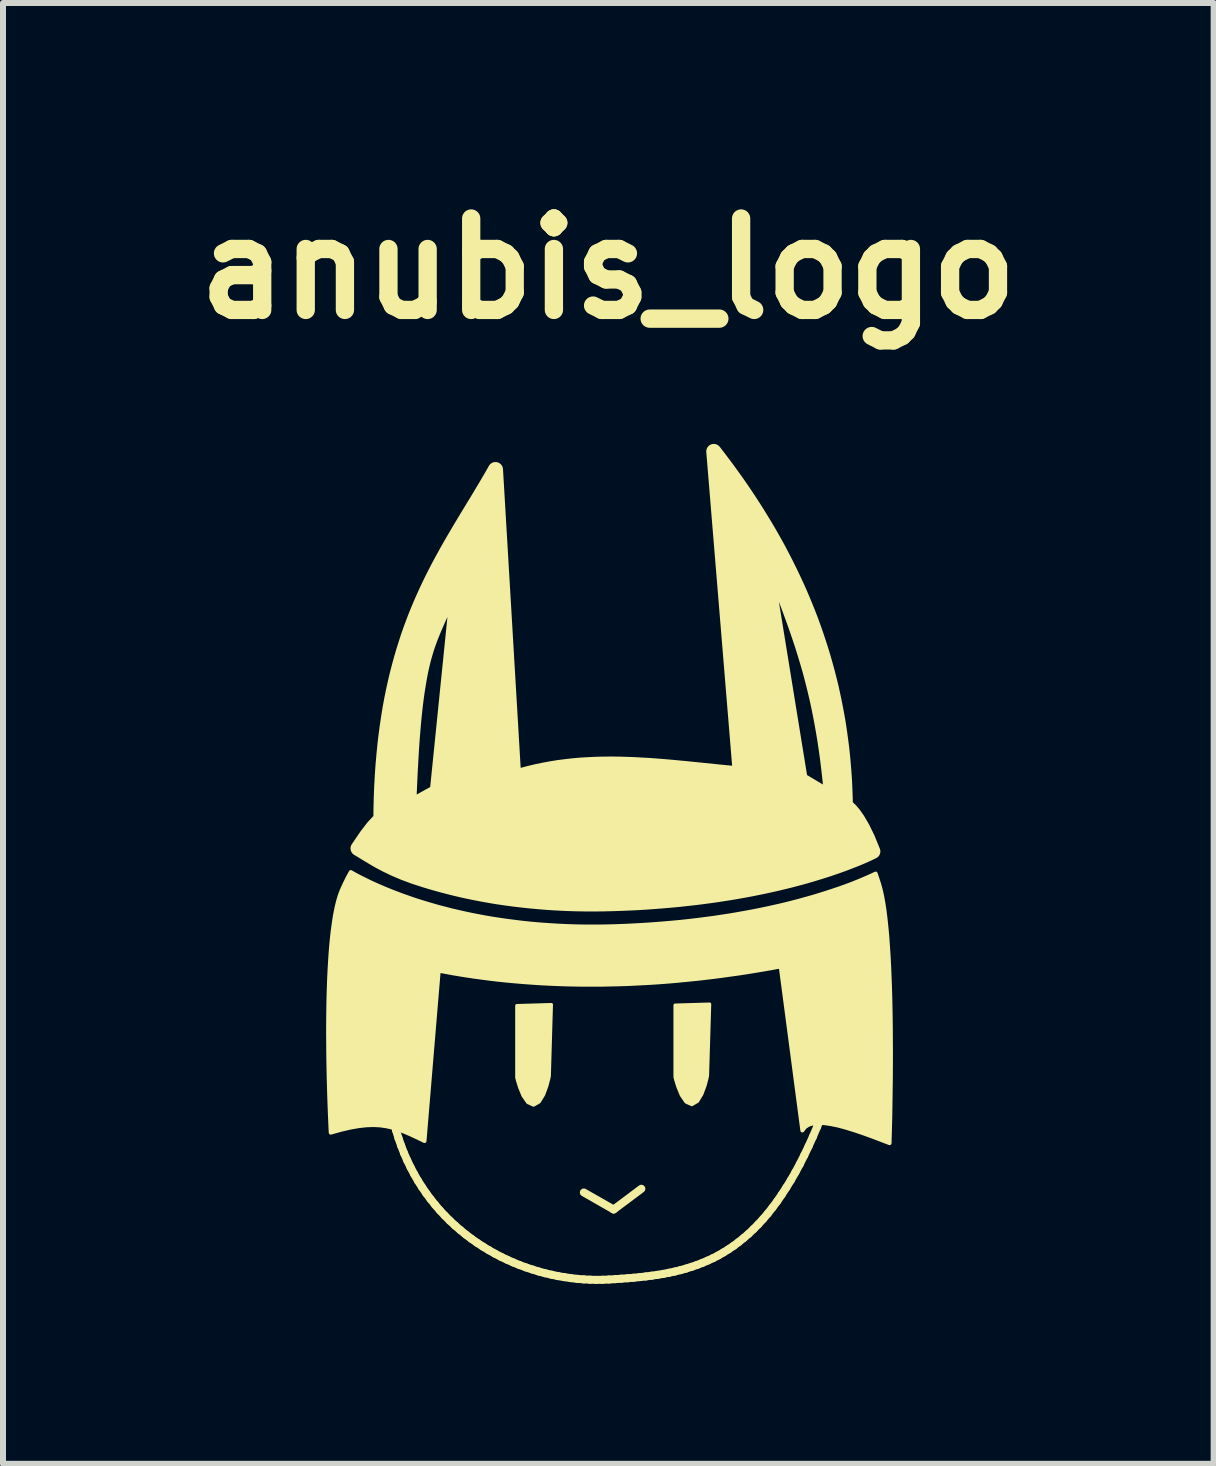
<source format=kicad_pcb>
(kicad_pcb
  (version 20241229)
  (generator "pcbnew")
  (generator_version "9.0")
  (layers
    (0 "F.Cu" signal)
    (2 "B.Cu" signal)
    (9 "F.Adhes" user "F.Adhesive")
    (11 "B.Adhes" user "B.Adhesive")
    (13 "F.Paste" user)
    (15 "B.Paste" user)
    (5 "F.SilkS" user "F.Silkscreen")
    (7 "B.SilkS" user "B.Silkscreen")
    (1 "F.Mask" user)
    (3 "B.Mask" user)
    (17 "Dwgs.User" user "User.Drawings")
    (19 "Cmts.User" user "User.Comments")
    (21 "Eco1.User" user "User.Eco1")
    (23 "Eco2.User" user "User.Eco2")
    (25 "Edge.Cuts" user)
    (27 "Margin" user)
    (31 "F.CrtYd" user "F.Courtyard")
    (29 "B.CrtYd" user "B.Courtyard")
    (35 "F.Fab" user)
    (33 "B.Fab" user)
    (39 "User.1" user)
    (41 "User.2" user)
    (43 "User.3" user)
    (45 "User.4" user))
  (footprint "anubis_logo"
    (layer "F.Cu")
    (at 7.09 11.42)
    (property "Reference" "anubis_logo" (at 0 -9.993 0) (layer "F.SilkS") (effects (font (size 1.524 1.524) (thickness 0.305))))
    (attr smd)
    (fp_line (start -3.632 3.954) (end -3.605 4.096) (stroke (width 0.133) (type solid)) (layer "F.SilkS"))
    (fp_line (start -3.605 4.096) (end -3.574 4.235) (stroke (width 0.133) (type solid)) (layer "F.SilkS"))
    (fp_line (start -3.574 4.235) (end -3.538 4.37) (stroke (width 0.133) (type solid)) (layer "F.SilkS"))
    (fp_line (start -3.538 4.37) (end -3.498 4.501) (stroke (width 0.133) (type solid)) (layer "F.SilkS"))
    (fp_line (start -3.498 4.501) (end -3.453 4.628) (stroke (width 0.133) (type solid)) (layer "F.SilkS"))
    (fp_line (start -3.453 4.628) (end -3.405 4.752) (stroke (width 0.133) (type solid)) (layer "F.SilkS"))
    (fp_line (start -3.405 4.752) (end -3.352 4.873) (stroke (width 0.133) (type solid)) (layer "F.SilkS"))
    (fp_line (start -3.352 4.873) (end -3.296 4.989) (stroke (width 0.133) (type solid)) (layer "F.SilkS"))
    (fp_line (start -3.296 4.989) (end -3.236 5.102) (stroke (width 0.133) (type solid)) (layer "F.SilkS"))
    (fp_line (start -3.236 5.102) (end -3.173 5.212) (stroke (width 0.133) (type solid)) (layer "F.SilkS"))
    (fp_line (start -3.173 5.212) (end -3.106 5.317) (stroke (width 0.133) (type solid)) (layer "F.SilkS"))
    (fp_line (start -3.106 5.317) (end -3.036 5.42) (stroke (width 0.133) (type solid)) (layer "F.SilkS"))
    (fp_line (start -3.036 5.42) (end -2.963 5.518) (stroke (width 0.133) (type solid)) (layer "F.SilkS"))
    (fp_line (start -2.963 5.518) (end -2.887 5.613) (stroke (width 0.133) (type solid)) (layer "F.SilkS"))
    (fp_line (start -2.887 5.613) (end -2.808 5.705) (stroke (width 0.133) (type solid)) (layer "F.SilkS"))
    (fp_line (start -2.808 5.705) (end -2.726 5.793) (stroke (width 0.133) (type solid)) (layer "F.SilkS"))
    (fp_line (start -2.726 5.793) (end -2.642 5.877) (stroke (width 0.133) (type solid)) (layer "F.SilkS"))
    (fp_line (start -2.642 5.877) (end -2.555 5.958) (stroke (width 0.133) (type solid)) (layer "F.SilkS"))
    (fp_line (start -2.555 5.958) (end -2.466 6.035) (stroke (width 0.133) (type solid)) (layer "F.SilkS"))
    (fp_line (start -2.466 6.035) (end -2.375 6.109) (stroke (width 0.133) (type solid)) (layer "F.SilkS"))
    (fp_line (start -2.375 6.109) (end -2.282 6.179) (stroke (width 0.133) (type solid)) (layer "F.SilkS"))
    (fp_line (start -2.282 6.179) (end -2.187 6.246) (stroke (width 0.133) (type solid)) (layer "F.SilkS"))
    (fp_line (start -2.187 6.246) (end -2.09 6.309) (stroke (width 0.133) (type solid)) (layer "F.SilkS"))
    (fp_line (start -2.09 6.309) (end -1.991 6.369) (stroke (width 0.133) (type solid)) (layer "F.SilkS"))
    (fp_line (start -1.991 6.369) (end -1.891 6.426) (stroke (width 0.133) (type solid)) (layer "F.SilkS"))
    (fp_line (start -1.891 6.426) (end -1.79 6.479) (stroke (width 0.133) (type solid)) (layer "F.SilkS"))
    (fp_line (start -1.79 6.479) (end -1.687 6.528) (stroke (width 0.133) (type solid)) (layer "F.SilkS"))
    (fp_line (start -1.687 6.528) (end -1.584 6.574) (stroke (width 0.133) (type solid)) (layer "F.SilkS"))
    (fp_line (start -1.584 6.574) (end -1.479 6.617) (stroke (width 0.133) (type solid)) (layer "F.SilkS"))
    (fp_line (start -1.479 6.617) (end -1.373 6.656) (stroke (width 0.133) (type solid)) (layer "F.SilkS"))
    (fp_line (start -1.373 6.656) (end -1.267 6.691) (stroke (width 0.133) (type solid)) (layer "F.SilkS"))
    (fp_line (start -1.267 6.691) (end -1.161 6.724) (stroke (width 0.133) (type solid)) (layer "F.SilkS"))
    (fp_line (start -1.161 6.724) (end -1.054 6.753) (stroke (width 0.133) (type solid)) (layer "F.SilkS"))
    (fp_line (start -1.054 6.753) (end -0.946 6.778) (stroke (width 0.133) (type solid)) (layer "F.SilkS"))
    (fp_line (start -0.946 6.778) (end -0.839 6.801) (stroke (width 0.133) (type solid)) (layer "F.SilkS"))
    (fp_line (start -0.839 6.801) (end -0.731 6.819) (stroke (width 0.133) (type solid)) (layer "F.SilkS"))
    (fp_line (start -0.731 6.819) (end -0.624 6.835) (stroke (width 0.133) (type solid)) (layer "F.SilkS"))
    (fp_line (start -0.624 6.835) (end -0.517 6.847) (stroke (width 0.133) (type solid)) (layer "F.SilkS"))
    (fp_line (start -0.517 6.847) (end -0.41 6.856) (stroke (width 0.133) (type solid)) (layer "F.SilkS"))
    (fp_line (start -0.41 6.856) (end -0.304 6.861) (stroke (width 0.133) (type solid)) (layer "F.SilkS"))
    (fp_line (start -0.408 5.407) (end 0.089 5.691) (stroke (width 0.133) (type solid)) (layer "F.SilkS"))
    (fp_line (start -0.304 6.861) (end -0.199 6.864) (stroke (width 0.133) (type solid)) (layer "F.SilkS"))
    (fp_line (start -0.199 6.864) (end -0.094 6.862) (stroke (width 0.133) (type solid)) (layer "F.SilkS"))
    (fp_line (start -0.094 6.862) (end 0.01 6.858) (stroke (width 0.133) (type solid)) (layer "F.SilkS"))
    (fp_line (start 0.01 6.858) (end 0.115 6.852) (stroke (width 0.133) (type solid)) (layer "F.SilkS"))
    (fp_line (start 0.089 5.691) (end 0.551 5.345) (stroke (width 0.133) (type solid)) (layer "F.SilkS"))
    (fp_line (start 0.115 6.852) (end 0.219 6.844) (stroke (width 0.133) (type solid)) (layer "F.SilkS"))
    (fp_line (start 0.219 6.844) (end 0.322 6.837) (stroke (width 0.133) (type solid)) (layer "F.SilkS"))
    (fp_line (start 0.322 6.837) (end 0.424 6.828) (stroke (width 0.133) (type solid)) (layer "F.SilkS"))
    (fp_line (start 0.424 6.828) (end 0.524 6.818) (stroke (width 0.133) (type solid)) (layer "F.SilkS"))
    (fp_line (start 0.524 6.818) (end 0.624 6.807) (stroke (width 0.133) (type solid)) (layer "F.SilkS"))
    (fp_line (start 0.624 6.807) (end 0.723 6.794) (stroke (width 0.133) (type solid)) (layer "F.SilkS"))
    (fp_line (start 0.723 6.794) (end 0.821 6.78) (stroke (width 0.133) (type solid)) (layer "F.SilkS"))
    (fp_line (start 0.821 6.78) (end 0.917 6.764) (stroke (width 0.133) (type solid)) (layer "F.SilkS"))
    (fp_line (start 0.917 6.764) (end 1.013 6.745) (stroke (width 0.133) (type solid)) (layer "F.SilkS"))
    (fp_line (start 1.013 6.745) (end 1.108 6.725) (stroke (width 0.133) (type solid)) (layer "F.SilkS"))
    (fp_line (start 1.108 6.725) (end 1.202 6.702) (stroke (width 0.133) (type solid)) (layer "F.SilkS"))
    (fp_line (start 1.202 6.702) (end 1.294 6.676) (stroke (width 0.133) (type solid)) (layer "F.SilkS"))
    (fp_line (start 1.294 6.676) (end 1.386 6.647) (stroke (width 0.133) (type solid)) (layer "F.SilkS"))
    (fp_line (start 1.386 6.647) (end 1.477 6.616) (stroke (width 0.133) (type solid)) (layer "F.SilkS"))
    (fp_line (start 1.477 6.616) (end 1.567 6.581) (stroke (width 0.133) (type solid)) (layer "F.SilkS"))
    (fp_line (start 1.567 6.581) (end 1.656 6.543) (stroke (width 0.133) (type solid)) (layer "F.SilkS"))
    (fp_line (start 1.656 6.543) (end 1.745 6.502) (stroke (width 0.133) (type solid)) (layer "F.SilkS"))
    (fp_line (start 1.745 6.502) (end 1.832 6.457) (stroke (width 0.133) (type solid)) (layer "F.SilkS"))
    (fp_line (start 1.832 6.457) (end 1.918 6.407) (stroke (width 0.133) (type solid)) (layer "F.SilkS"))
    (fp_line (start 1.918 6.407) (end 2.004 6.354) (stroke (width 0.133) (type solid)) (layer "F.SilkS"))
    (fp_line (start 2.004 6.354) (end 2.089 6.296) (stroke (width 0.133) (type solid)) (layer "F.SilkS"))
    (fp_line (start 2.089 6.296) (end 2.172 6.234) (stroke (width 0.133) (type solid)) (layer "F.SilkS"))
    (fp_line (start 2.172 6.234) (end 2.255 6.167) (stroke (width 0.133) (type solid)) (layer "F.SilkS"))
    (fp_line (start 2.255 6.167) (end 2.338 6.096) (stroke (width 0.133) (type solid)) (layer "F.SilkS"))
    (fp_line (start 2.338 6.096) (end 2.419 6.019) (stroke (width 0.133) (type solid)) (layer "F.SilkS"))
    (fp_line (start 2.419 6.019) (end 2.5 5.937) (stroke (width 0.133) (type solid)) (layer "F.SilkS"))
    (fp_line (start 2.5 5.937) (end 2.58 5.85) (stroke (width 0.133) (type solid)) (layer "F.SilkS"))
    (fp_line (start 2.58 5.85) (end 2.659 5.757) (stroke (width 0.133) (type solid)) (layer "F.SilkS"))
    (fp_line (start 2.659 5.757) (end 2.737 5.658) (stroke (width 0.133) (type solid)) (layer "F.SilkS"))
    (fp_line (start 2.737 5.658) (end 2.815 5.553) (stroke (width 0.133) (type solid)) (layer "F.SilkS"))
    (fp_line (start 2.815 5.553) (end 2.891 5.442) (stroke (width 0.133) (type solid)) (layer "F.SilkS"))
    (fp_line (start 2.891 5.442) (end 2.967 5.325) (stroke (width 0.133) (type solid)) (layer "F.SilkS"))
    (fp_line (start 2.967 5.325) (end 3.043 5.202) (stroke (width 0.133) (type solid)) (layer "F.SilkS"))
    (fp_line (start 3.043 5.202) (end 3.118 5.071) (stroke (width 0.133) (type solid)) (layer "F.SilkS"))
    (fp_line (start 3.118 5.071) (end 3.192 4.934) (stroke (width 0.133) (type solid)) (layer "F.SilkS"))
    (fp_line (start 3.192 4.934) (end 3.265 4.789) (stroke (width 0.133) (type solid)) (layer "F.SilkS"))
    (fp_line (start 3.265 4.789) (end 3.338 4.637) (stroke (width 0.133) (type solid)) (layer "F.SilkS"))
    (fp_line (start 3.338 4.637) (end 3.41 4.478) (stroke (width 0.133) (type solid)) (layer "F.SilkS"))
    (fp_line (start 3.41 4.478) (end 3.481 4.311) (stroke (width 0.133) (type solid)) (layer "F.SilkS"))
    (fp_line (start 3.481 4.311) (end 3.552 4.137) (stroke (width 0.133) (type solid)) (layer "F.SilkS"))
    (fp_line (start 3.552 4.137) (end 3.622 3.954) (stroke (width 0.133) (type solid)) (layer "F.SilkS"))
    (fp_line (start 3.578 3.668) (end 3.566 3.677) (stroke (width 0.133) (type solid)) (layer "F.SilkS"))
    (fp_line (start 3.608 3.647) (end 3.578 3.668) (stroke (width 0.133) (type solid)) (layer "F.SilkS"))
    (fp_line (start 3.622 3.954) (end 3.699 3.796) (stroke (width 0.133) (type solid)) (layer "F.SilkS"))
    (fp_line (start 3.647 3.623) (end 3.608 3.647) (stroke (width 0.133) (type solid)) (layer "F.SilkS"))
    (fp_line (start 3.688 3.607) (end 3.647 3.623) (stroke (width 0.133) (type solid)) (layer "F.SilkS"))
    (fp_line (start 3.699 3.796) (end 3.736 3.691) (stroke (width 0.133) (type solid)) (layer "F.SilkS"))
    (fp_line (start 3.723 3.606) (end 3.688 3.607) (stroke (width 0.133) (type solid)) (layer "F.SilkS"))
    (fp_line (start 3.736 3.691) (end 3.741 3.631) (stroke (width 0.133) (type solid)) (layer "F.SilkS"))
    (fp_line (start 3.741 3.631) (end 3.723 3.606) (stroke (width 0.133) (type solid)) (layer "F.SilkS"))
    (fp_poly (pts (xy -2.023 2.282) (xy -0.501 2.282) (xy -2.023 2.282)) (stroke (width 0.1) (type solid)) (fill yes) (layer "F.SilkS"))
    (fp_poly (pts (xy 0.615 2.274) (xy 2.136 2.273) (xy 0.615 2.274)) (stroke (width 0.1) (type solid)) (fill yes) (layer "F.SilkS"))
    (fp_poly (pts (xy -1.526 2.292) (xy -1.526 3.49) (xy -1.514 3.539) (xy -1.478 3.656) (xy -1.421 3.794) (xy -1.343 3.907) (xy -1.246 3.951) (xy -1.152 3.897) (xy -1.078 3.776) (xy -1.026 3.635) (xy -0.995 3.517) (xy -0.984 3.468) (xy -0.949 2.275) (xy -1.526 2.292)) (stroke (width 0.053) (type solid)) (fill yes) (layer "F.SilkS"))
    (fp_poly (pts (xy 1.112 2.284) (xy 1.112 3.482) (xy 1.124 3.531) (xy 1.16 3.647) (xy 1.217 3.785) (xy 1.295 3.899) (xy 1.391 3.943) (xy 1.486 3.888) (xy 1.559 3.768) (xy 1.612 3.626) (xy 1.643 3.509) (xy 1.653 3.459) (xy 1.689 2.267) (xy 1.112 2.284)) (stroke (width 0.053) (type solid)) (fill yes) (layer "F.SilkS"))
    (fp_poly (pts (xy -4.293 0.066) (xy -4.344 0.159) (xy -4.394 0.261) (xy -4.445 0.373) (xy -4.477 0.458) (xy -4.506 0.556) (xy -4.532 0.665) (xy -4.556 0.786) (xy -4.576 0.916) (xy -4.595 1.055) (xy -4.611 1.202) (xy -4.625 1.355) (xy -4.636 1.515) (xy -4.646 1.679) (xy -4.654 1.846) (xy -4.66 2.017) (xy -4.665 2.189) (xy -4.668 2.361) (xy -4.67 2.533) (xy -4.671 2.704) (xy -4.67 2.872) (xy -4.669 3.037) (xy -4.667 3.198) (xy -4.664 3.353) (xy -4.661 3.501) (xy -4.657 3.642) (xy -4.653 3.774) (xy -4.649 3.897) (xy -4.645 4.009) (xy -4.641 4.109) (xy -4.637 4.197) (xy -4.634 4.271) (xy -4.631 4.33) (xy -4.629 4.374) (xy -4.628 4.401) (xy -4.627 4.41) (xy -4.456 4.362) (xy -4.301 4.326) (xy -4.16 4.301) (xy -4.032 4.287) (xy -3.913 4.283) (xy -3.802 4.289) (xy -3.697 4.304) (xy -3.595 4.327) (xy -3.495 4.358) (xy -3.394 4.397) (xy -3.29 4.442) (xy -3.18 4.493) (xy -3.064 4.55) (xy -2.827 1.71) (xy -2.709 1.732) (xy -2.59 1.754) (xy -2.471 1.774) (xy -2.351 1.793) (xy -2.23 1.811) (xy -2.109 1.827) (xy -1.987 1.843) (xy -1.864 1.858) (xy -1.741 1.871) (xy -1.617 1.883) (xy -1.492 1.894) (xy -1.367 1.904) (xy -1.241 1.913) (xy -1.115 1.921) (xy -0.988 1.928) (xy -0.86 1.933) (xy -0.732 1.938) (xy -0.604 1.941) (xy -0.475 1.943) (xy -0.345 1.944) (xy -0.215 1.944) (xy -0.085 1.943) (xy 0.046 1.94) (xy 0.177 1.937) (xy 0.309 1.933) (xy 0.441 1.927) (xy 0.574 1.92) (xy 0.707 1.913) (xy 0.84 1.904) (xy 0.974 1.894) (xy 1.108 1.883) (xy 1.242 1.87) (xy 1.377 1.857) (xy 1.511 1.843) (xy 1.647 1.827) (xy 1.782 1.811) (xy 1.918 1.793) (xy 2.053 1.774) (xy 2.19 1.755) (xy 2.326 1.734) (xy 2.462 1.712) (xy 2.599 1.689) (xy 2.736 1.665) (xy 2.873 1.639) (xy 3.234 4.374) (xy 3.277 4.318) (xy 3.336 4.279) (xy 3.41 4.256) (xy 3.498 4.247) (xy 3.598 4.251) (xy 3.709 4.267) (xy 3.83 4.292) (xy 3.96 4.327) (xy 4.096 4.369) (xy 4.239 4.417) (xy 4.386 4.47) (xy 4.536 4.527) (xy 4.688 4.585) (xy 4.688 4.576) (xy 4.689 4.549) (xy 4.69 4.506) (xy 4.692 4.446) (xy 4.694 4.372) (xy 4.696 4.285) (xy 4.699 4.184) (xy 4.701 4.072) (xy 4.703 3.949) (xy 4.705 3.816) (xy 4.707 3.674) (xy 4.709 3.524) (xy 4.71 3.367) (xy 4.711 3.204) (xy 4.711 3.036) (xy 4.71 2.865) (xy 4.709 2.69) (xy 4.707 2.513) (xy 4.704 2.335) (xy 4.7 2.157) (xy 4.695 1.979) (xy 4.688 1.804) (xy 4.681 1.631) (xy 4.672 1.462) (xy 4.661 1.298) (xy 4.65 1.14) (xy 4.636 0.988) (xy 4.621 0.844) (xy 4.604 0.708) (xy 4.585 0.582) (xy 4.564 0.467) (xy 4.541 0.364) (xy 4.516 0.272) (xy 4.486 0.179) (xy 4.456 0.091) (xy 4.373 0.13) (xy 4.261 0.179) (xy 4.176 0.215) (xy 4.079 0.254) (xy 3.971 0.295) (xy 3.851 0.338) (xy 3.72 0.382) (xy 3.578 0.428) (xy 3.425 0.475) (xy 3.338 0.5) (xy 3.247 0.525) (xy 3.153 0.551) (xy 3.056 0.576) (xy 2.956 0.601) (xy 2.852 0.626) (xy 2.745 0.65) (xy 2.635 0.674) (xy 2.522 0.698) (xy 2.405 0.721) (xy 2.285 0.743) (xy 2.162 0.765) (xy 2.035 0.787) (xy 1.905 0.807) (xy 1.772 0.827) (xy 1.636 0.845) (xy 1.496 0.863) (xy 1.354 0.88) (xy 1.207 0.896) (xy 1.058 0.91) (xy 0.905 0.923) (xy 0.75 0.935) (xy 0.59 0.946) (xy 0.428 0.955) (xy 0.262 0.963) (xy 0.093 0.969) (xy -0.07 0.973) (xy -0.23 0.974) (xy -0.387 0.974) (xy -0.542 0.971) (xy -0.693 0.966) (xy -0.842 0.959) (xy -0.988 0.95) (xy -1.13 0.94) (xy -1.27 0.928) (xy -1.407 0.914) (xy -1.541 0.898) (xy -1.672 0.881) (xy -1.8 0.863) (xy -1.925 0.844) (xy -2.048 0.823) (xy -2.167 0.801) (xy -2.283 0.778) (xy -2.396 0.754) (xy -2.506 0.729) (xy -2.614 0.704) (xy -2.718 0.677) (xy -2.819 0.651) (xy -2.917 0.623) (xy -3.013 0.595) (xy -3.105 0.567) (xy -3.194 0.539) (xy -3.28 0.51) (xy -3.439 0.454) (xy -3.587 0.398) (xy -3.723 0.343) (xy -3.848 0.289) (xy -3.961 0.238) (xy -4.061 0.189) (xy -4.151 0.144) (xy -4.228 0.103) (xy -4.293 0.066)) (stroke (width 0.066) (type solid)) (fill yes) (layer "F.SilkS"))
    (fp_poly (pts (xy 1.758 -6.945) (xy 2.521 -5.64) (xy 2.565 -5.519) (xy 2.609 -5.401) (xy 2.653 -5.285) (xy 2.696 -5.17) (xy 2.739 -5.058) (xy 2.782 -4.947) (xy 2.824 -4.838) (xy 2.866 -4.729) (xy 2.908 -4.622) (xy 2.949 -4.515) (xy 2.989 -4.408) (xy 3.029 -4.301) (xy 3.068 -4.195) (xy 3.107 -4.088) (xy 3.145 -3.98) (xy 3.182 -3.871) (xy 3.219 -3.762) (xy 3.254 -3.651) (xy 3.289 -3.538) (xy 3.323 -3.424) (xy 3.357 -3.308) (xy 3.389 -3.189) (xy 3.42 -3.068) (xy 3.45 -2.945) (xy 3.48 -2.818) (xy 3.508 -2.688) (xy 3.535 -2.554) (xy 3.561 -2.417) (xy 3.586 -2.276) (xy 3.61 -2.131) (xy 3.632 -1.982) (xy 3.654 -1.827) (xy 3.673 -1.668) (xy 3.692 -1.504) (xy 3.709 -1.335) (xy 3.725 -1.159) (xy 3.198 -1.473) (xy 2.521 -5.64) (xy 1.758 -6.945) (xy 2.201 -1.568) (xy -2.851 -1.273) (xy -3.328 -1.009) (xy -3.32 -1.224) (xy -3.311 -1.427) (xy -3.302 -1.618) (xy -3.292 -1.799) (xy -3.282 -1.97) (xy -3.271 -2.131) (xy -3.259 -2.282) (xy -3.247 -2.424) (xy -3.234 -2.558) (xy -3.22 -2.684) (xy -3.206 -2.802) (xy -3.191 -2.912) (xy -3.175 -3.016) (xy -3.159 -3.113) (xy -3.143 -3.205) (xy -3.126 -3.291) (xy -3.108 -3.372) (xy -3.09 -3.448) (xy -3.071 -3.52) (xy -3.051 -3.588) (xy -3.032 -3.653) (xy -3.011 -3.715) (xy -2.99 -3.775) (xy -2.969 -3.832) (xy -2.947 -3.888) (xy -2.925 -3.943) (xy -2.902 -3.997) (xy -2.879 -4.051) (xy -2.855 -4.106) (xy -2.831 -4.16) (xy -2.806 -4.216) (xy -2.781 -4.273) (xy -2.755 -4.333) (xy -2.729 -4.394) (xy -2.703 -4.459) (xy -2.676 -4.527) (xy -2.649 -4.598) (xy -2.622 -4.674) (xy -2.594 -4.754) (xy -2.566 -4.839) (xy -2.537 -4.929) (xy -2.508 -5.026) (xy -2.479 -5.129) (xy -2.449 -5.238) (xy -2.851 -1.273) (xy 2.201 -1.568) (xy 2.071 -1.58) (xy 1.942 -1.592) (xy 1.813 -1.605) (xy 1.685 -1.618) (xy 1.557 -1.631) (xy 1.429 -1.644) (xy 1.302 -1.657) (xy 1.175 -1.669) (xy 1.048 -1.681) (xy 0.922 -1.692) (xy 0.796 -1.702) (xy 0.67 -1.711) (xy 0.545 -1.718) (xy 0.42 -1.725) (xy 0.295 -1.729) (xy 0.17 -1.733) (xy 0.045 -1.734) (xy -0.08 -1.733) (xy -0.204 -1.73) (xy -0.329 -1.724) (xy -0.453 -1.717) (xy -0.578 -1.706) (xy -0.702 -1.692) (xy -0.827 -1.676) (xy -0.952 -1.656) (xy -1.076 -1.633) (xy -1.201 -1.607) (xy -1.326 -1.577) (xy -1.452 -1.543) (xy -1.577 -1.505) (xy -1.881 -6.643) (xy -1.932 -6.553) (xy -1.984 -6.464) (xy -2.036 -6.375) (xy -2.089 -6.287) (xy -2.142 -6.198) (xy -2.195 -6.11) (xy -2.249 -6.022) (xy -2.302 -5.934) (xy -2.356 -5.846) (xy -2.409 -5.757) (xy -2.463 -5.668) (xy -2.516 -5.578) (xy -2.569 -5.488) (xy -2.622 -5.397) (xy -2.674 -5.305) (xy -2.726 -5.211) (xy -2.778 -5.117) (xy -2.829 -5.022) (xy -2.879 -4.925) (xy -2.929 -4.827) (xy -2.978 -4.727) (xy -3.026 -4.625) (xy -3.073 -4.522) (xy -3.12 -4.416) (xy -3.165 -4.309) (xy -3.21 -4.199) (xy -3.253 -4.087) (xy -3.295 -3.973) (xy -3.336 -3.856) (xy -3.375 -3.736) (xy -3.413 -3.614) (xy -3.45 -3.488) (xy -3.485 -3.36) (xy -3.519 -3.229) (xy -3.551 -3.094) (xy -3.581 -2.956) (xy -3.61 -2.815) (xy -3.637 -2.67) (xy -3.661 -2.521) (xy -3.684 -2.369) (xy -3.705 -2.212) (xy -3.724 -2.051) (xy -3.74 -1.887) (xy -3.755 -1.718) (xy -3.767 -1.544) (xy -3.777 -1.366) (xy -3.784 -1.184) (xy -3.789 -0.997) (xy -3.791 -0.804) (xy -3.804 -0.797) (xy -3.844 -0.762) (xy -3.916 -0.684) (xy -4.024 -0.545) (xy -4.172 -0.328) (xy -4.103 -0.287) (xy -4.022 -0.237) (xy -3.929 -0.181) (xy -3.823 -0.119) (xy -3.701 -0.055) (xy -3.564 0.011) (xy -3.409 0.077) (xy -3.236 0.141) (xy -3.148 0.17) (xy -3.057 0.199) (xy -2.963 0.228) (xy -2.865 0.256) (xy -2.764 0.284) (xy -2.66 0.311) (xy -2.553 0.338) (xy -2.443 0.364) (xy -2.329 0.389) (xy -2.212 0.413) (xy -2.092 0.436) (xy -1.969 0.458) (xy -1.842 0.479) (xy -1.712 0.498) (xy -1.58 0.516) (xy -1.444 0.532) (xy -1.304 0.547) (xy -1.162 0.56) (xy -1.017 0.572) (xy -0.868 0.581) (xy -0.716 0.589) (xy -0.561 0.594) (xy -0.403 0.597) (xy -0.242 0.598) (xy -0.078 0.596) (xy 0.089 0.592) (xy 0.257 0.586) (xy 0.421 0.579) (xy 0.582 0.57) (xy 0.74 0.559) (xy 0.894 0.547) (xy 1.046 0.534) (xy 1.194 0.52) (xy 1.338 0.504) (xy 1.48 0.488) (xy 1.618 0.47) (xy 1.753 0.452) (xy 1.885 0.432) (xy 2.013 0.412) (xy 2.138 0.391) (xy 2.26 0.369) (xy 2.379 0.347) (xy 2.494 0.324) (xy 2.606 0.301) (xy 2.715 0.277) (xy 2.821 0.253) (xy 2.923 0.228) (xy 3.022 0.204) (xy 3.118 0.179) (xy 3.211 0.154) (xy 3.3 0.129) (xy 3.386 0.104) (xy 3.537 0.058) (xy 3.677 0.013) (xy 3.806 -0.031) (xy 3.923 -0.073) (xy 4.029 -0.114) (xy 4.124 -0.151) (xy 4.208 -0.186) (xy 4.325 -0.238) (xy 4.409 -0.278) (xy 4.319 -0.498) (xy 4.234 -0.671) (xy 4.156 -0.804) (xy 4.088 -0.901) (xy 4.031 -0.967) (xy 3.988 -1.008) (xy 3.961 -1.029) (xy 3.951 -1.034) (xy 3.948 -1.174) (xy 3.943 -1.312) (xy 3.937 -1.45) (xy 3.928 -1.586) (xy 3.917 -1.722) (xy 3.905 -1.856) (xy 3.891 -1.99) (xy 3.874 -2.122) (xy 3.856 -2.254) (xy 3.837 -2.385) (xy 3.815 -2.514) (xy 3.791 -2.643) (xy 3.766 -2.771) (xy 3.739 -2.898) (xy 3.711 -3.024) (xy 3.68 -3.149) (xy 3.648 -3.274) (xy 3.614 -3.397) (xy 3.579 -3.52) (xy 3.542 -3.641) (xy 3.503 -3.762) (xy 3.463 -3.882) (xy 3.421 -4.002) (xy 3.378 -4.12) (xy 3.333 -4.238) (xy 3.286 -4.355) (xy 3.238 -4.471) (xy 3.189 -4.586) (xy 3.138 -4.7) (xy 3.085 -4.814) (xy 3.031 -4.927) (xy 2.976 -5.039) (xy 2.919 -5.151) (xy 2.861 -5.262) (xy 2.802 -5.372) (xy 2.741 -5.481) (xy 2.679 -5.59) (xy 2.615 -5.698) (xy 2.55 -5.805) (xy 2.484 -5.912) (xy 2.417 -6.018) (xy 2.348 -6.124) (xy 2.279 -6.228) (xy 2.208 -6.333) (xy 2.136 -6.436) (xy 2.062 -6.539) (xy 1.988 -6.642) (xy 1.912 -6.743) (xy 1.836 -6.844) (xy 1.758 -6.945)) (stroke (width 0.251) (type solid)) (fill yes) (layer "F.SilkS")))
  (gr_rect
    (start -3 -3)
    (end 17.18 21.35)
    (stroke (width 0.1) (type default))
    (fill no)
    (layer "Edge.Cuts")))
</source>
